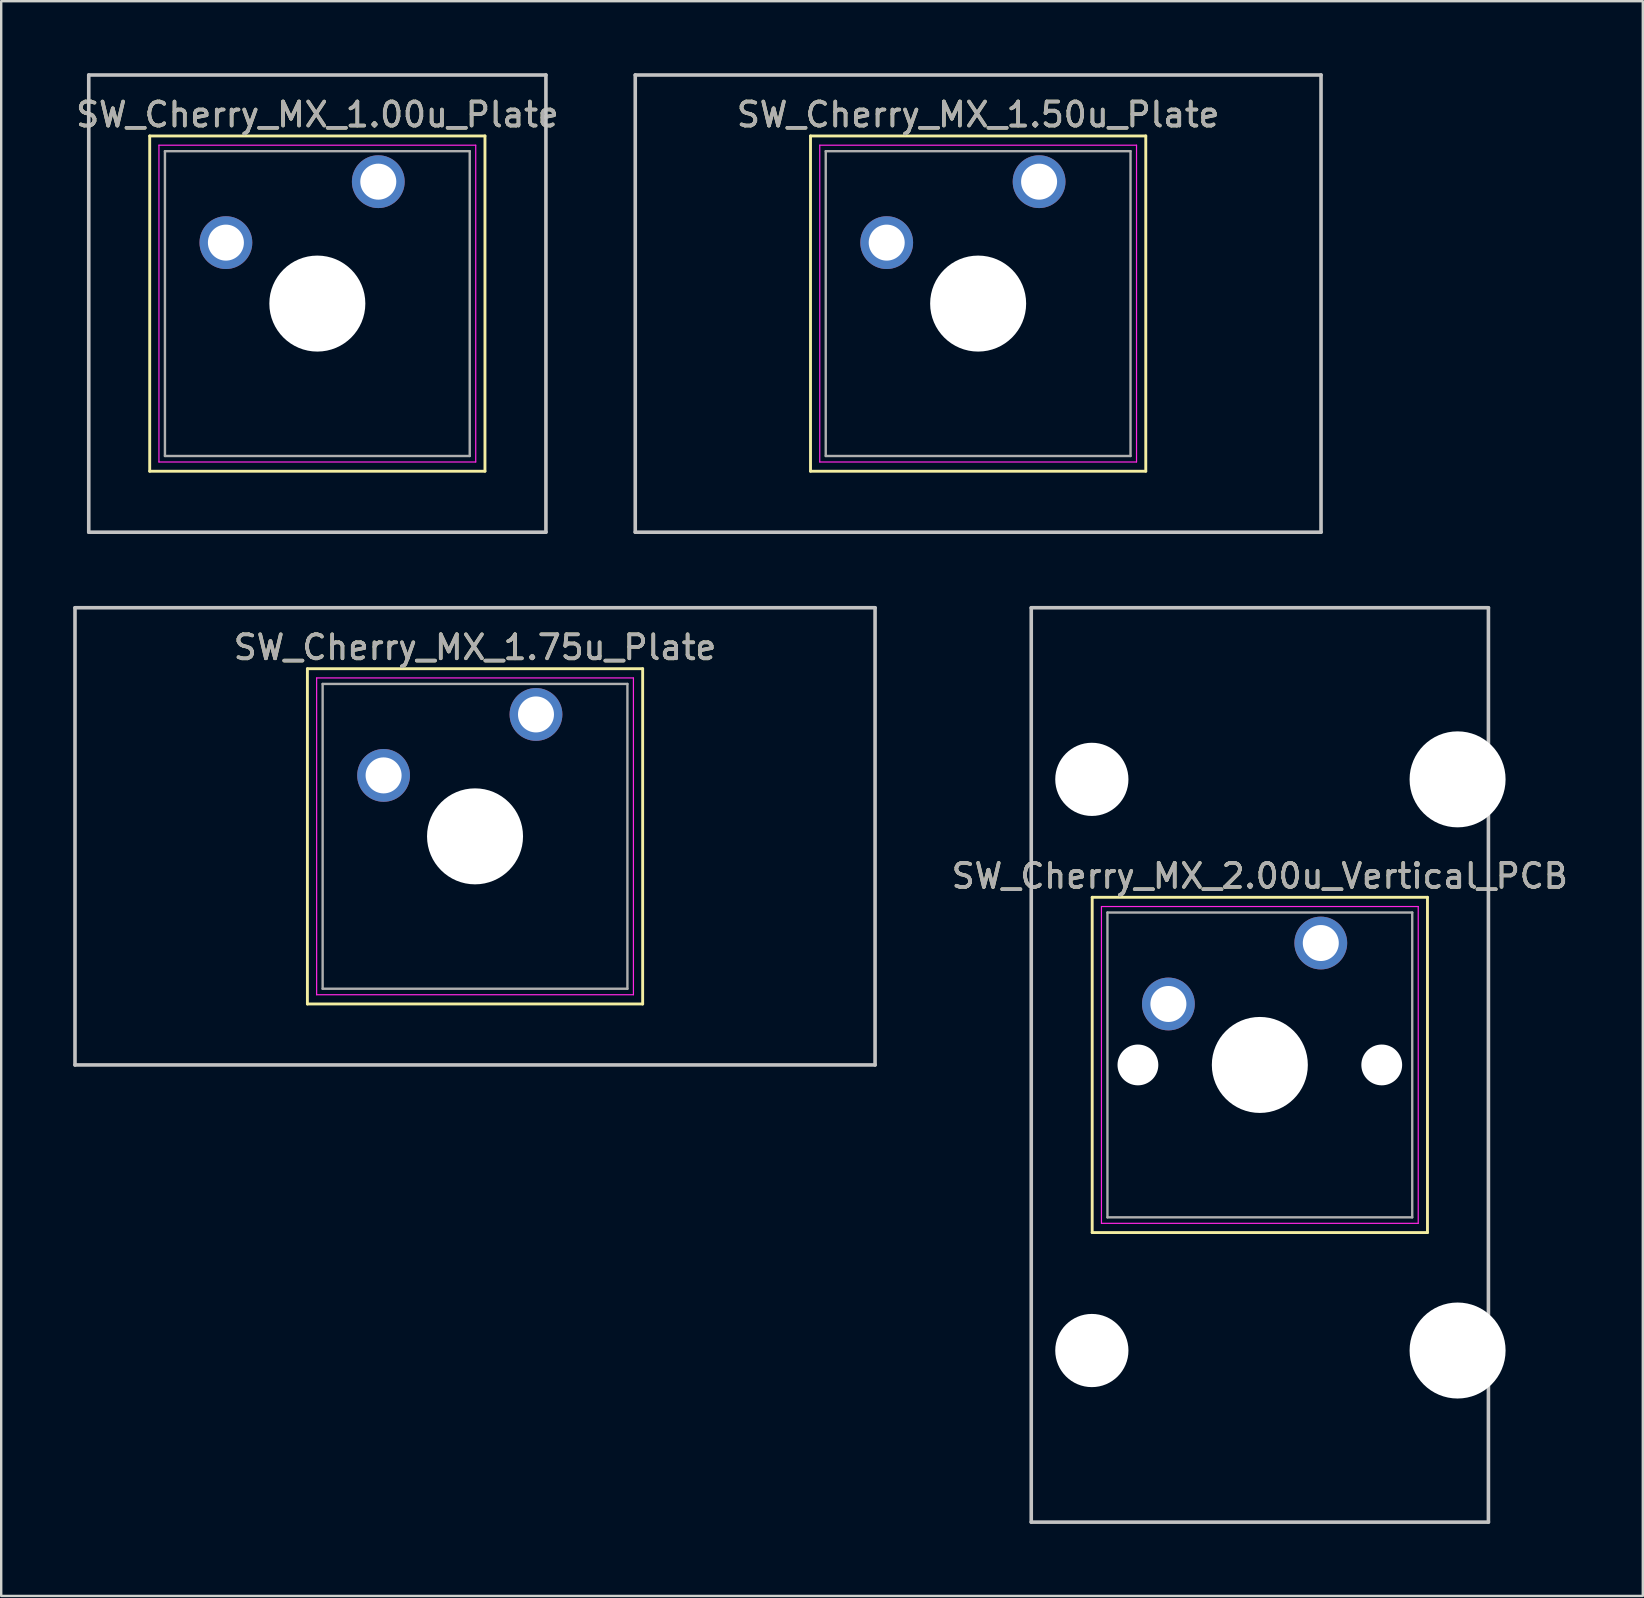
<source format=kicad_pcb>
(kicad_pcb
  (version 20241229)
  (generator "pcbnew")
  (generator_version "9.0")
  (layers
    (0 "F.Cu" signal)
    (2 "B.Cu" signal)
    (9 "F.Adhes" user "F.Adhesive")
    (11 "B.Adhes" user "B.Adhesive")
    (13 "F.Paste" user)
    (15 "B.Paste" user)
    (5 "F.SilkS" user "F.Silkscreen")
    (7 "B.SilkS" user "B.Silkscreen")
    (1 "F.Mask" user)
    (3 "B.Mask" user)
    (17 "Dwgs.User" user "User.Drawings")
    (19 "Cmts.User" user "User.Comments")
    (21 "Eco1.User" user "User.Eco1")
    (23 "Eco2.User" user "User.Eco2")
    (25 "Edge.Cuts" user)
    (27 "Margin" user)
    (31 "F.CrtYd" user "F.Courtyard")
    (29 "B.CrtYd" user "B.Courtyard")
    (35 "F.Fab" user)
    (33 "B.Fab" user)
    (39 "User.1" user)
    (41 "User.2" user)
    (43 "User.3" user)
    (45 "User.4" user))
  (footprint "SW_Cherry_MX_2.00u_Vertical_PCB"
    (layer "F.Cu")
    (at 51.986 36.245)
    (property "Reference" "SW_Cherry_MX_2.00u_Vertical_PCB" (at -2.54 -2.794 0) (layer "F.SilkS") (effects (font (size 1 1) (thickness 0.15))))
    (attr through_hole)
    (fp_line (start -9.525 -1.905) (end 4.445 -1.905) (stroke (width 0.12) (type solid)) (layer "F.SilkS"))
    (fp_line (start -9.525 12.065) (end -9.525 -1.905) (stroke (width 0.12) (type solid)) (layer "F.SilkS"))
    (fp_line (start 4.445 -1.905) (end 4.445 12.065) (stroke (width 0.12) (type solid)) (layer "F.SilkS"))
    (fp_line (start 4.445 12.065) (end -9.525 12.065) (stroke (width 0.12) (type solid)) (layer "F.SilkS"))
    (fp_line (start -12.065 -13.97) (end 6.985 -13.97) (stroke (width 0.15) (type solid)) (layer "Dwgs.User"))
    (fp_line (start -12.065 24.13) (end -12.065 -13.97) (stroke (width 0.15) (type solid)) (layer "Dwgs.User"))
    (fp_line (start 6.985 -13.97) (end 6.985 24.13) (stroke (width 0.15) (type solid)) (layer "Dwgs.User"))
    (fp_line (start 6.985 24.13) (end -12.065 24.13) (stroke (width 0.15) (type solid)) (layer "Dwgs.User"))
    (fp_line (start -9.14 -1.52) (end 4.06 -1.52) (stroke (width 0.05) (type solid)) (layer "F.CrtYd"))
    (fp_line (start -9.14 11.68) (end -9.14 -1.52) (stroke (width 0.05) (type solid)) (layer "F.CrtYd"))
    (fp_line (start 4.06 -1.52) (end 4.06 11.68) (stroke (width 0.05) (type solid)) (layer "F.CrtYd"))
    (fp_line (start 4.06 11.68) (end -9.14 11.68) (stroke (width 0.05) (type solid)) (layer "F.CrtYd"))
    (fp_line (start -8.89 -1.27) (end 3.81 -1.27) (stroke (width 0.1) (type solid)) (layer "F.Fab"))
    (fp_line (start -8.89 11.43) (end -8.89 -1.27) (stroke (width 0.1) (type solid)) (layer "F.Fab"))
    (fp_line (start 3.81 -1.27) (end 3.81 11.43) (stroke (width 0.1) (type solid)) (layer "F.Fab"))
    (fp_line (start 3.81 11.43) (end -8.89 11.43) (stroke (width 0.1) (type solid)) (layer "F.Fab"))
    (fp_text user "${REFERENCE}" (at -2.54 -2.794 0) (layer "F.Fab") (effects (font (size 1 1) (thickness 0.15))))
    (pad "" np_thru_hole circle (at -9.54 -6.82) (size 3.05 3.05) (drill 3.05) (layers "*.Cu" "*.Mask"))
    (pad "" np_thru_hole circle (at -9.54 16.98) (size 3.05 3.05) (drill 3.05) (layers "*.Cu" "*.Mask"))
    (pad "" np_thru_hole circle (at -7.62 5.08) (size 1.7 1.7) (drill 1.7) (layers "*.Cu" "*.Mask"))
    (pad "" np_thru_hole circle (at -2.54 5.08) (size 4 4) (drill 4) (layers "*.Cu" "*.Mask"))
    (pad "" np_thru_hole circle (at 2.54 5.08) (size 1.7 1.7) (drill 1.7) (layers "*.Cu" "*.Mask"))
    (pad "" np_thru_hole circle (at 5.7 -6.82) (size 4 4) (drill 4) (layers "*.Cu" "*.Mask"))
    (pad "" np_thru_hole circle (at 5.7 16.98) (size 4 4) (drill 4) (layers "*.Cu" "*.Mask"))
    (pad "1" thru_hole circle (at 0 0) (size 2.2 2.2) (drill 1.5) (layers "*.Cu" "*.Mask"))
    (pad "2" thru_hole circle (at -6.35 2.54) (size 2.2 2.2) (drill 1.5) (layers "*.Cu" "*.Mask")))
  (footprint "SW_Cherry_MX_1.50u_Plate"
    (layer "F.Cu")
    (at 40.248 4.52)
    (property "Reference" "SW_Cherry_MX_1.50u_Plate" (at -2.54 -2.794 0) (layer "F.SilkS") (effects (font (size 1 1) (thickness 0.15))))
    (attr through_hole)
    (fp_line (start -9.525 -1.905) (end 4.445 -1.905) (stroke (width 0.12) (type solid)) (layer "F.SilkS"))
    (fp_line (start -9.525 12.065) (end -9.525 -1.905) (stroke (width 0.12) (type solid)) (layer "F.SilkS"))
    (fp_line (start 4.445 -1.905) (end 4.445 12.065) (stroke (width 0.12) (type solid)) (layer "F.SilkS"))
    (fp_line (start 4.445 12.065) (end -9.525 12.065) (stroke (width 0.12) (type solid)) (layer "F.SilkS"))
    (fp_line (start -16.828 -4.445) (end 11.748 -4.445) (stroke (width 0.15) (type solid)) (layer "Dwgs.User"))
    (fp_line (start -16.828 14.605) (end -16.828 -4.445) (stroke (width 0.15) (type solid)) (layer "Dwgs.User"))
    (fp_line (start 11.748 -4.445) (end 11.748 14.605) (stroke (width 0.15) (type solid)) (layer "Dwgs.User"))
    (fp_line (start 11.748 14.605) (end -16.828 14.605) (stroke (width 0.15) (type solid)) (layer "Dwgs.User"))
    (fp_line (start -9.14 -1.52) (end 4.06 -1.52) (stroke (width 0.05) (type solid)) (layer "F.CrtYd"))
    (fp_line (start -9.14 11.68) (end -9.14 -1.52) (stroke (width 0.05) (type solid)) (layer "F.CrtYd"))
    (fp_line (start 4.06 -1.52) (end 4.06 11.68) (stroke (width 0.05) (type solid)) (layer "F.CrtYd"))
    (fp_line (start 4.06 11.68) (end -9.14 11.68) (stroke (width 0.05) (type solid)) (layer "F.CrtYd"))
    (fp_line (start -8.89 -1.27) (end 3.81 -1.27) (stroke (width 0.1) (type solid)) (layer "F.Fab"))
    (fp_line (start -8.89 11.43) (end -8.89 -1.27) (stroke (width 0.1) (type solid)) (layer "F.Fab"))
    (fp_line (start 3.81 -1.27) (end 3.81 11.43) (stroke (width 0.1) (type solid)) (layer "F.Fab"))
    (fp_line (start 3.81 11.43) (end -8.89 11.43) (stroke (width 0.1) (type solid)) (layer "F.Fab"))
    (fp_text user "${REFERENCE}" (at -2.54 -2.794 0) (layer "F.Fab") (effects (font (size 1 1) (thickness 0.15))))
    (pad "" np_thru_hole circle (at -2.54 5.08) (size 4 4) (drill 4) (layers "*.Cu" "*.Mask"))
    (pad "1" thru_hole circle (at 0 0) (size 2.2 2.2) (drill 1.5) (layers "*.Cu" "*.Mask"))
    (pad "2" thru_hole circle (at -6.35 2.54) (size 2.2 2.2) (drill 1.5) (layers "*.Cu" "*.Mask")))
  (footprint "SW_Cherry_MX_1.00u_Plate"
    (layer "F.Cu")
    (at 12.713 4.52)
    (property "Reference" "SW_Cherry_MX_1.00u_Plate" (at -2.54 -2.794 0) (layer "F.SilkS") (effects (font (size 1 1) (thickness 0.15))))
    (attr through_hole)
    (fp_line (start -9.525 -1.905) (end 4.445 -1.905) (stroke (width 0.12) (type solid)) (layer "F.SilkS"))
    (fp_line (start -9.525 12.065) (end -9.525 -1.905) (stroke (width 0.12) (type solid)) (layer "F.SilkS"))
    (fp_line (start 4.445 -1.905) (end 4.445 12.065) (stroke (width 0.12) (type solid)) (layer "F.SilkS"))
    (fp_line (start 4.445 12.065) (end -9.525 12.065) (stroke (width 0.12) (type solid)) (layer "F.SilkS"))
    (fp_line (start -12.065 -4.445) (end 6.985 -4.445) (stroke (width 0.15) (type solid)) (layer "Dwgs.User"))
    (fp_line (start -12.065 14.605) (end -12.065 -4.445) (stroke (width 0.15) (type solid)) (layer "Dwgs.User"))
    (fp_line (start 6.985 -4.445) (end 6.985 14.605) (stroke (width 0.15) (type solid)) (layer "Dwgs.User"))
    (fp_line (start 6.985 14.605) (end -12.065 14.605) (stroke (width 0.15) (type solid)) (layer "Dwgs.User"))
    (fp_line (start -9.14 -1.52) (end 4.06 -1.52) (stroke (width 0.05) (type solid)) (layer "F.CrtYd"))
    (fp_line (start -9.14 11.68) (end -9.14 -1.52) (stroke (width 0.05) (type solid)) (layer "F.CrtYd"))
    (fp_line (start 4.06 -1.52) (end 4.06 11.68) (stroke (width 0.05) (type solid)) (layer "F.CrtYd"))
    (fp_line (start 4.06 11.68) (end -9.14 11.68) (stroke (width 0.05) (type solid)) (layer "F.CrtYd"))
    (fp_line (start -8.89 -1.27) (end 3.81 -1.27) (stroke (width 0.1) (type solid)) (layer "F.Fab"))
    (fp_line (start -8.89 11.43) (end -8.89 -1.27) (stroke (width 0.1) (type solid)) (layer "F.Fab"))
    (fp_line (start 3.81 -1.27) (end 3.81 11.43) (stroke (width 0.1) (type solid)) (layer "F.Fab"))
    (fp_line (start 3.81 11.43) (end -8.89 11.43) (stroke (width 0.1) (type solid)) (layer "F.Fab"))
    (fp_text user "${REFERENCE}" (at -2.54 -2.794 0) (layer "F.Fab") (effects (font (size 1 1) (thickness 0.15))))
    (pad "" np_thru_hole circle (at -2.54 5.08) (size 4 4) (drill 4) (layers "*.Cu" "*.Mask"))
    (pad "1" thru_hole circle (at 0 0) (size 2.2 2.2) (drill 1.5) (layers "*.Cu" "*.Mask"))
    (pad "2" thru_hole circle (at -6.35 2.54) (size 2.2 2.2) (drill 1.5) (layers "*.Cu" "*.Mask")))
  (footprint "SW_Cherry_MX_1.75u_Plate"
    (layer "F.Cu")
    (at 19.284 26.72)
    (property "Reference" "SW_Cherry_MX_1.75u_Plate" (at -2.54 -2.794 0) (layer "F.SilkS") (effects (font (size 1 1) (thickness 0.15))))
    (attr through_hole)
    (fp_line (start -9.525 -1.905) (end 4.445 -1.905) (stroke (width 0.12) (type solid)) (layer "F.SilkS"))
    (fp_line (start -9.525 12.065) (end -9.525 -1.905) (stroke (width 0.12) (type solid)) (layer "F.SilkS"))
    (fp_line (start 4.445 -1.905) (end 4.445 12.065) (stroke (width 0.12) (type solid)) (layer "F.SilkS"))
    (fp_line (start 4.445 12.065) (end -9.525 12.065) (stroke (width 0.12) (type solid)) (layer "F.SilkS"))
    (fp_line (start -19.209 -4.445) (end 14.129 -4.445) (stroke (width 0.15) (type solid)) (layer "Dwgs.User"))
    (fp_line (start -19.209 14.605) (end -19.209 -4.445) (stroke (width 0.15) (type solid)) (layer "Dwgs.User"))
    (fp_line (start 14.129 -4.445) (end 14.129 14.605) (stroke (width 0.15) (type solid)) (layer "Dwgs.User"))
    (fp_line (start 14.129 14.605) (end -19.209 14.605) (stroke (width 0.15) (type solid)) (layer "Dwgs.User"))
    (fp_line (start -9.14 -1.52) (end 4.06 -1.52) (stroke (width 0.05) (type solid)) (layer "F.CrtYd"))
    (fp_line (start -9.14 11.68) (end -9.14 -1.52) (stroke (width 0.05) (type solid)) (layer "F.CrtYd"))
    (fp_line (start 4.06 -1.52) (end 4.06 11.68) (stroke (width 0.05) (type solid)) (layer "F.CrtYd"))
    (fp_line (start 4.06 11.68) (end -9.14 11.68) (stroke (width 0.05) (type solid)) (layer "F.CrtYd"))
    (fp_line (start -8.89 -1.27) (end 3.81 -1.27) (stroke (width 0.1) (type solid)) (layer "F.Fab"))
    (fp_line (start -8.89 11.43) (end -8.89 -1.27) (stroke (width 0.1) (type solid)) (layer "F.Fab"))
    (fp_line (start 3.81 -1.27) (end 3.81 11.43) (stroke (width 0.1) (type solid)) (layer "F.Fab"))
    (fp_line (start 3.81 11.43) (end -8.89 11.43) (stroke (width 0.1) (type solid)) (layer "F.Fab"))
    (fp_text user "${REFERENCE}" (at -2.54 -2.794 0) (layer "F.Fab") (effects (font (size 1 1) (thickness 0.15))))
    (pad "" np_thru_hole circle (at -2.54 5.08) (size 4 4) (drill 4) (layers "*.Cu" "*.Mask"))
    (pad "1" thru_hole circle (at 0 0) (size 2.2 2.2) (drill 1.5) (layers "*.Cu" "*.Mask"))
    (pad "2" thru_hole circle (at -6.35 2.54) (size 2.2 2.2) (drill 1.5) (layers "*.Cu" "*.Mask")))
  (gr_rect
    (start -3 -3)
    (end 65.404 63.45)
    (stroke (width 0.1) (type default))
    (fill no)
    (layer "Edge.Cuts")))
</source>
